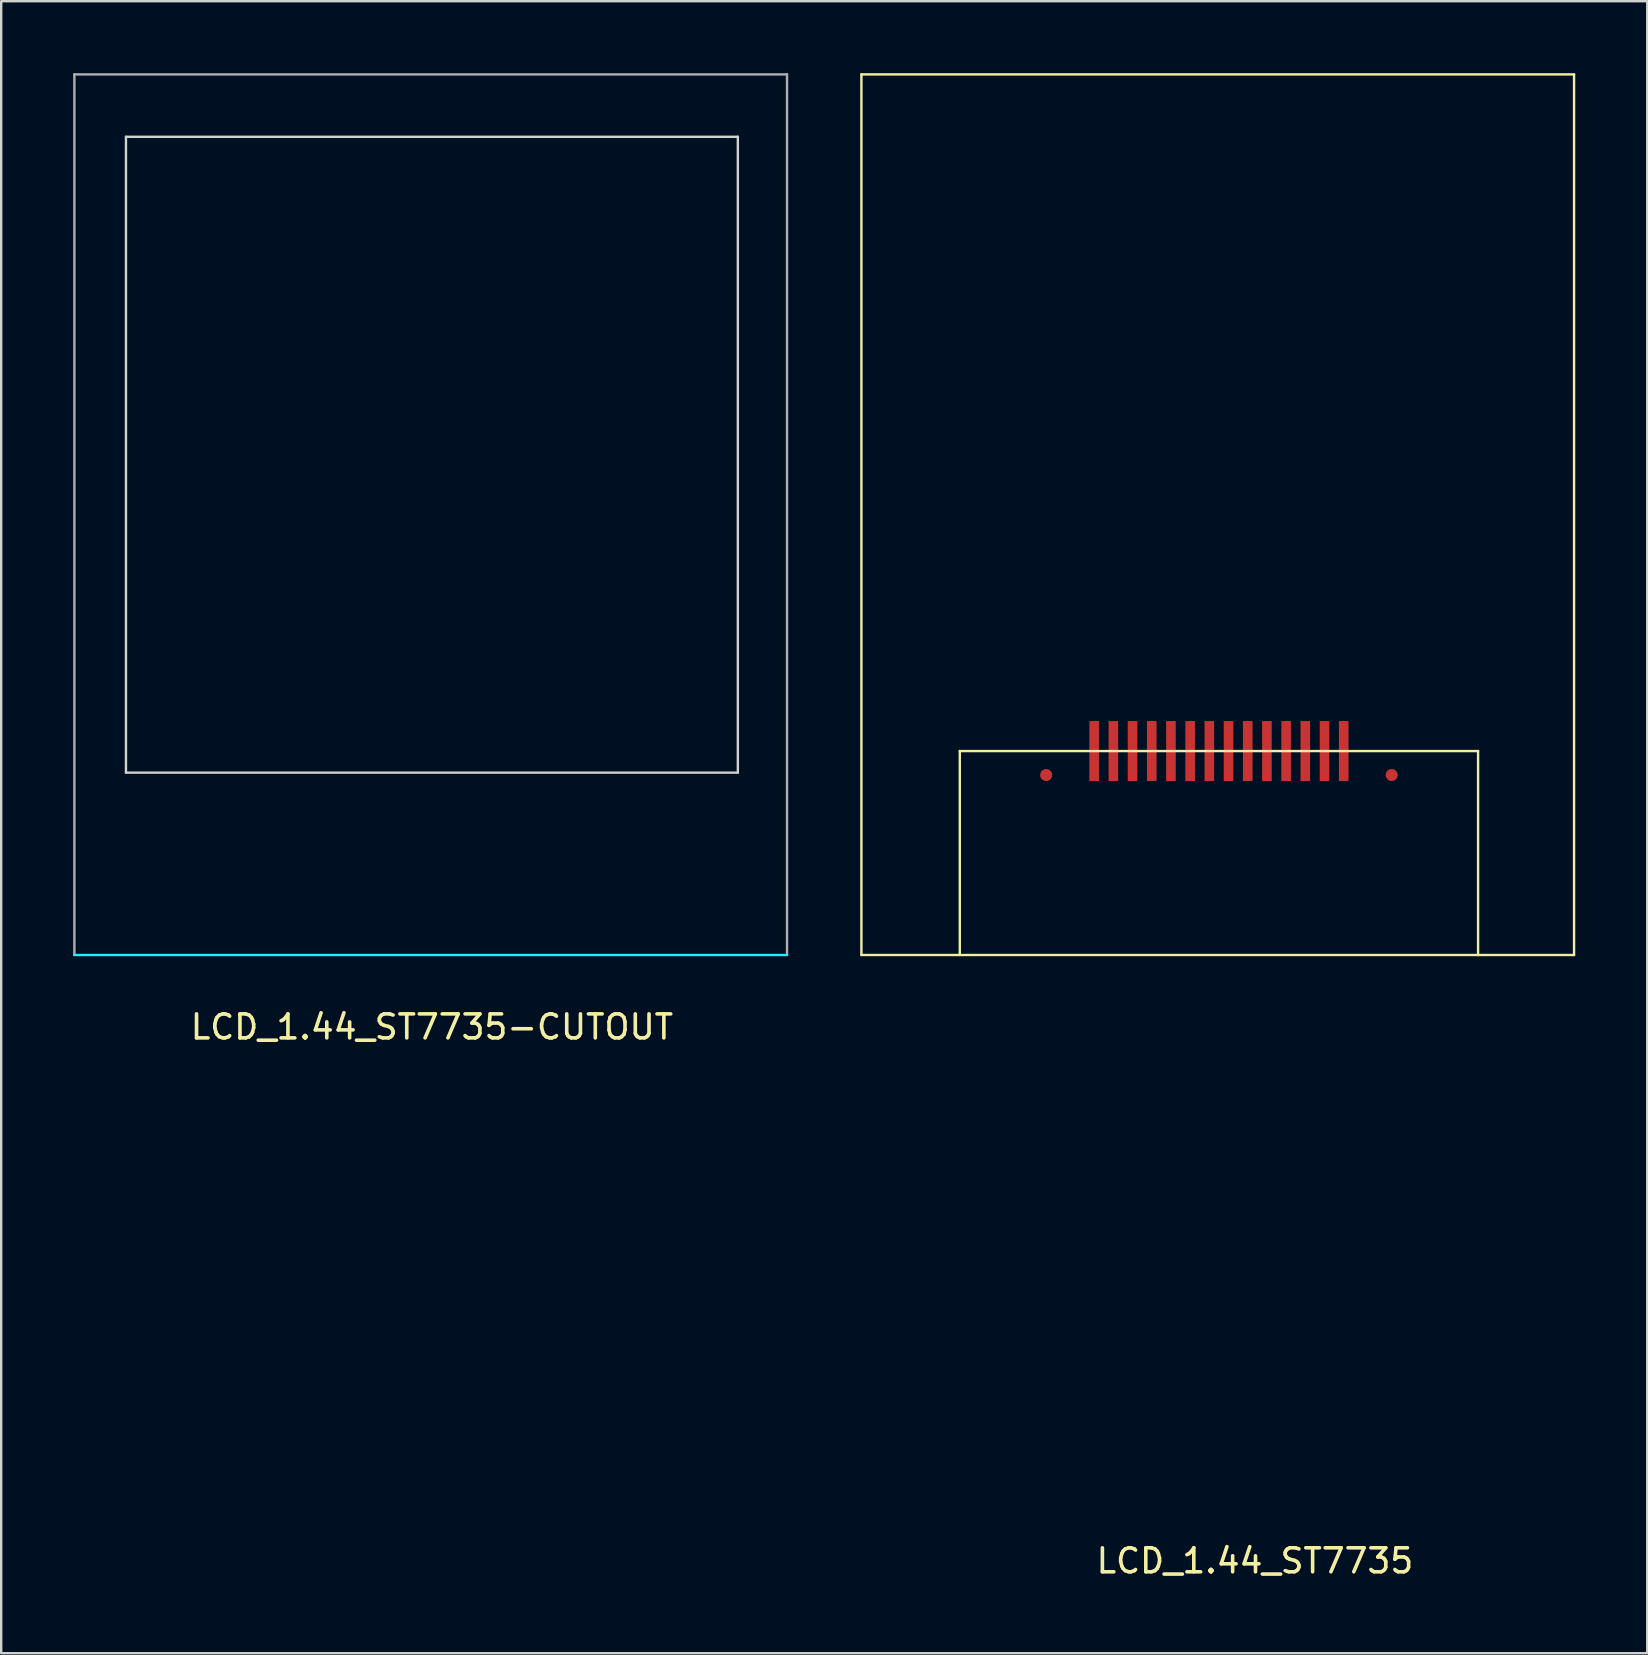
<source format=kicad_pcb>
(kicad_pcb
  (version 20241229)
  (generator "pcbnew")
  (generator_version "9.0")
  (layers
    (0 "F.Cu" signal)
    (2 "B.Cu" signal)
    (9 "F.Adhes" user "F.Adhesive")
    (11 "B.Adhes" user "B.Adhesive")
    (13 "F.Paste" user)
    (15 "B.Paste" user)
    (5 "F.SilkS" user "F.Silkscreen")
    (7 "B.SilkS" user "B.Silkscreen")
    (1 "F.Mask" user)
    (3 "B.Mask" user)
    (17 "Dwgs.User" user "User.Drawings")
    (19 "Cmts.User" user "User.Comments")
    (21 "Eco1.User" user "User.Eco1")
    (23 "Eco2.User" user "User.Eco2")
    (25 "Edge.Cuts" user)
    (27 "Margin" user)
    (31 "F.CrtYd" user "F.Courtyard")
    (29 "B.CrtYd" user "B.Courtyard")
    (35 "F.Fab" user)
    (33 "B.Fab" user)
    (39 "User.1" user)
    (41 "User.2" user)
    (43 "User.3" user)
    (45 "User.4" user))
  (footprint "LCD_1.44_ST7735-CUTOUT"
    (layer "F.Cu")
    (at 14.95 28.25)
    (property "Reference" "LCD_1.44_ST7735-CUTOUT" (at 0 11.5 0) (layer "F.SilkS") (effects (font (size 1 1) (thickness 0.15))))
    (attr through_hole)
    (fp_line (start -12.75 -25.6) (end 12.75 -25.6) (stroke (width 0.1) (type solid)) (layer "Edge.Cuts"))
    (fp_line (start -12.75 0.9) (end -12.75 -25.6) (stroke (width 0.1) (type solid)) (layer "Edge.Cuts"))
    (fp_line (start 12.75 -25.6) (end 12.75 0.9) (stroke (width 0.1) (type solid)) (layer "Edge.Cuts"))
    (fp_line (start 12.75 0.9) (end -12.75 0.9) (stroke (width 0.1) (type solid)) (layer "Edge.Cuts"))
    (fp_line (start -14.9 8.5) (end 14.8 8.5) (stroke (width 0.1) (type solid)) (layer "B.CrtYd"))
    (fp_line (start -14.9 -28.2) (end -14.9 8.5) (stroke (width 0.1) (type solid)) (layer "F.Fab"))
    (fp_line (start 14.8 -28.2) (end -14.9 -28.2) (stroke (width 0.1) (type solid)) (layer "F.Fab"))
    (fp_line (start 14.8 8.5) (end 14.8 -28.2) (stroke (width 0.1) (type solid)) (layer "F.Fab")))
  (footprint "LCD_1.44_ST7735"
    (layer "F.Cu")
    (at 47.75 28.25)
    (property "Reference" "LCD_1.44_ST7735" (at 1.5 33.75 0) (layer "F.SilkS") (effects (font (size 1 1) (thickness 0.15))))
    (attr through_hole)
    (fp_line (start -14.9 -28.2) (end -14.9 8.5) (stroke (width 0.1) (type solid)) (layer "F.SilkS"))
    (fp_line (start -14.9 8.5) (end 14.8 8.5) (stroke (width 0.1) (type solid)) (layer "F.SilkS"))
    (fp_line (start -10.8 0) (end -10.8 8.5) (stroke (width 0.1) (type solid)) (layer "F.SilkS"))
    (fp_line (start -10.8 0) (end 10.8 0) (stroke (width 0.1) (type solid)) (layer "F.SilkS"))
    (fp_line (start 10.8 0) (end 10.8 8.5) (stroke (width 0.1) (type solid)) (layer "F.SilkS"))
    (fp_line (start 14.8 -28.2) (end -14.9 -28.2) (stroke (width 0.1) (type solid)) (layer "F.SilkS"))
    (fp_line (start 14.8 8.5) (end 14.8 -28.2) (stroke (width 0.1) (type solid)) (layer "F.SilkS"))
    (pad "" smd circle (at 7.2 1) (size 0.5 0.5) (layers "F.Cu" "F.Mask" "F.Paste"))
    (pad "1" smd rect (at 5.2 0) (size 0.4 2.5) (layers "F.Cu" "F.Mask" "F.Paste"))
    (pad "2" smd rect (at 4.4 0) (size 0.4 2.5) (layers "F.Cu" "F.Mask" "F.Paste"))
    (pad "3" smd rect (at 3.6 0) (size 0.4 2.5) (layers "F.Cu" "F.Mask" "F.Paste"))
    (pad "4" smd rect (at 2.8 0) (size 0.4 2.5) (layers "F.Cu" "F.Mask" "F.Paste"))
    (pad "5" smd rect (at 2 0) (size 0.4 2.5) (layers "F.Cu" "F.Mask" "F.Paste"))
    (pad "6" smd rect (at 1.2 0) (size 0.4 2.5) (layers "F.Cu" "F.Mask" "F.Paste"))
    (pad "7" smd rect (at 0.4 0) (size 0.4 2.5) (layers "F.Cu" "F.Mask" "F.Paste"))
    (pad "8" smd rect (at -0.4 0) (size 0.4 2.5) (layers "F.Cu" "F.Mask" "F.Paste"))
    (pad "9" smd rect (at -1.2 0) (size 0.4 2.5) (layers "F.Cu" "F.Mask" "F.Paste"))
    (pad "10" smd rect (at -2 0) (size 0.4 2.5) (layers "F.Cu" "F.Mask" "F.Paste"))
    (pad "11" smd rect (at -2.8 0) (size 0.4 2.5) (layers "F.Cu" "F.Mask" "F.Paste"))
    (pad "12" smd rect (at -3.6 0) (size 0.4 2.5) (layers "F.Cu" "F.Mask" "F.Paste"))
    (pad "13" smd rect (at -4.4 0) (size 0.4 2.5) (layers "F.Cu" "F.Mask" "F.Paste"))
    (pad "14" smd rect (at -5.2 0) (size 0.4 2.5) (layers "F.Cu" "F.Mask" "F.Paste"))
    (pad "~" smd circle (at -7.2 1) (size 0.5 0.5) (layers "F.Cu" "F.Mask" "F.Paste")))
  (gr_rect
    (start -3 -3)
    (end 65.6 65.848)
    (stroke (width 0.1) (type default))
    (fill no)
    (layer "Edge.Cuts")))
</source>
